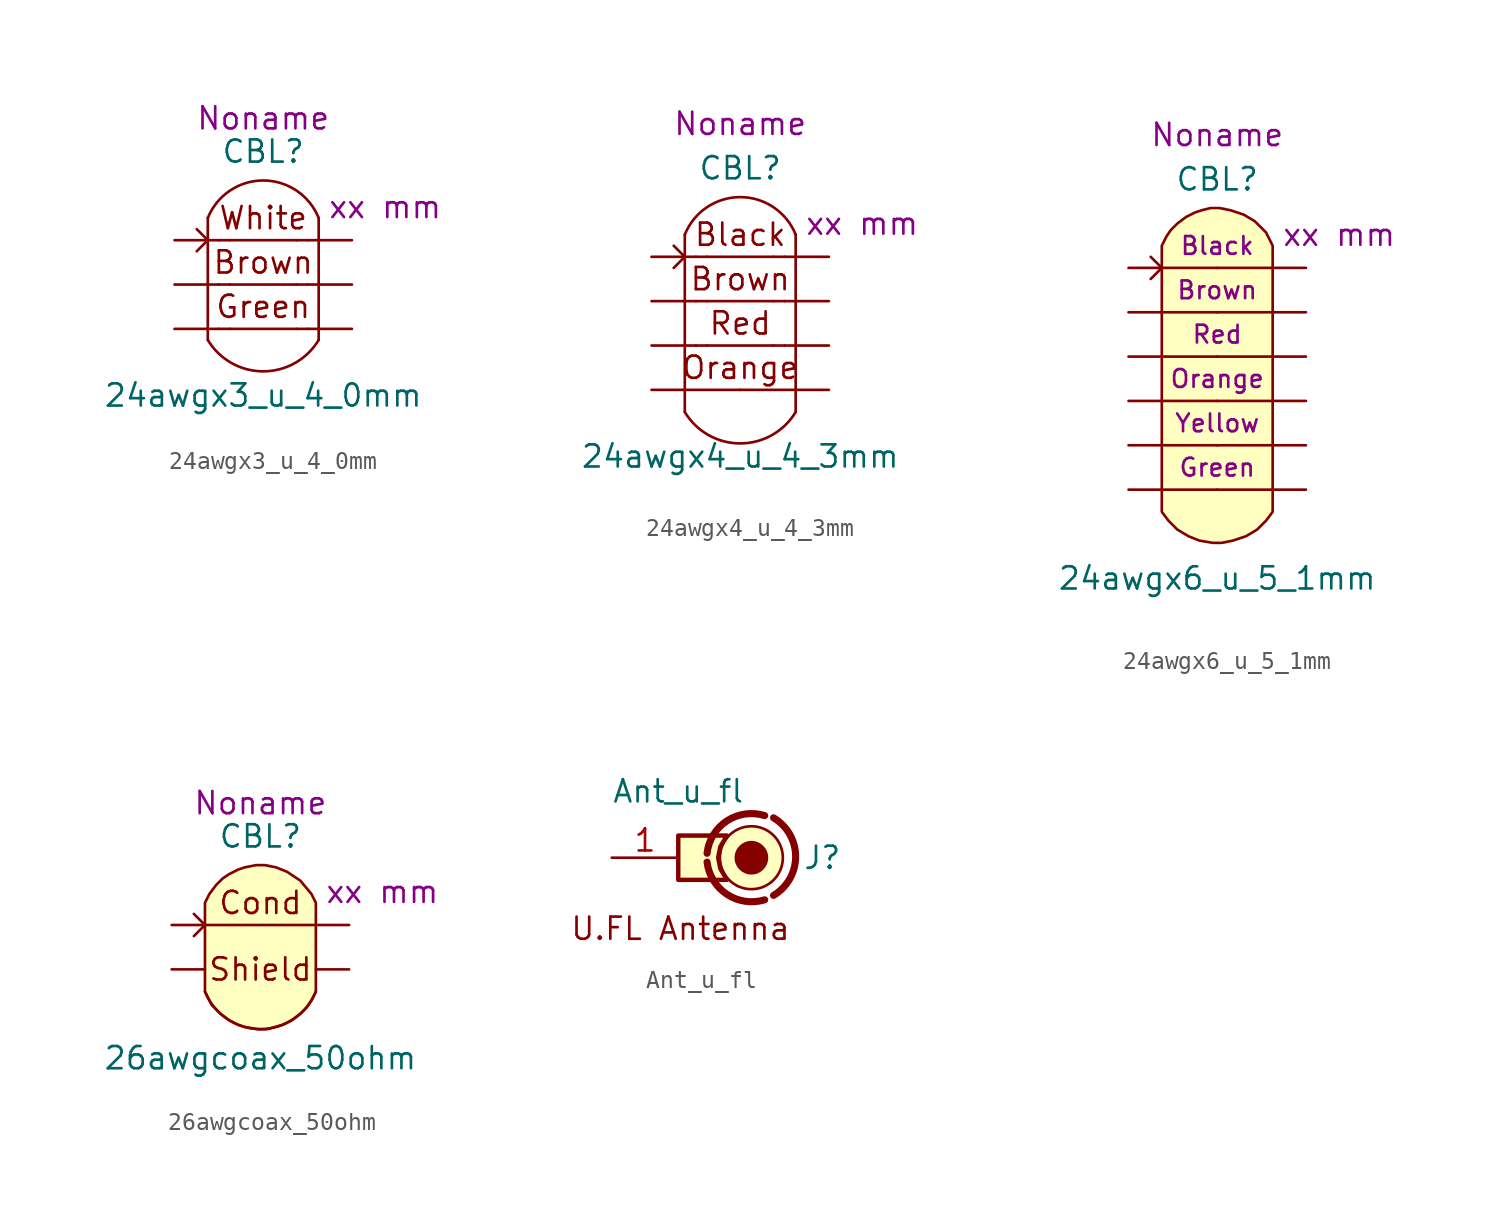
<source format=kicad_sym>
(kicad_symbol_lib
  (version 20211014)
  (generator kicad_symbol_editor)
  (symbol "24awgx3_u_4_0mm"
    (pin_numbers hide)
    (pin_names hide)
    (property "Reference" "CBL"
      (at 0 7.62 0)
      (effects (font (size 1.27 1.27))))
    (property "Value" "24awgx3_u_4_0mm"
      (at 0 -6.35 0)
      (effects (font (size 1.27 1.27))))
    (property "Length" "xx mm"
      (at 6.985 4.445 0)
      (effects (font (size 1.27 1.27))))
    (property "Harness_name" "Noname"
      (at 0 9.525 0)
      (effects (font (size 1.27 1.27))))
    (symbol "24awgx3_u_4_0mm_0_0"
      (arc (start -3.175 -3.175) (mid 0 -4.9727) (end 3.175 -3.175) (stroke (width 0) (type default) (color 0 0 0 0)) (fill (type none)))
      (polyline (pts (xy -3.175 3.81) (xy -3.175 -3.175)) (stroke (width 0) (type default) (color 0 0 0 0)) (fill (type none)))
      (polyline (pts (xy -1.905 -2.54) (xy 1.905 -2.54)) (stroke (width 0) (type default) (color 0 0 0 0)) (fill (type none)))
      (polyline (pts (xy -1.905 0) (xy 1.905 0)) (stroke (width 0) (type default) (color 0 0 0 0)) (fill (type none)))
      (polyline (pts (xy -1.905 2.54) (xy 1.905 2.54)) (stroke (width 0) (type default) (color 0 0 0 0)) (fill (type none)))
      (polyline (pts (xy 3.175 3.81) (xy 3.175 -3.175)) (stroke (width 0) (type default) (color 0 0 0 0)) (fill (type none)))
      (arc (start 3.175 3.81) (mid 0 5.9596) (end -3.175 3.81) (stroke (width 0) (type default) (color 0 0 0 0)) (fill (type none)))
      (text "Brown" (at 0 1.27 0) (effects (font (size 1.27 1.27))))
      (text "Green" (at 0 -1.27 0) (effects (font (size 1.27 1.27))))
      (text "White" (at 0 3.81 0) (effects (font (size 1.27 1.27)))))
    (symbol "24awgx3_u_4_0mm_0_1"
      (polyline (pts (xy -1.905 -2.54) (xy -2.54 -2.54)) (stroke (width 0) (type default) (color 0 0 0 0)) (fill (type none)))
      (polyline (pts (xy -1.905 0) (xy -2.54 0)) (stroke (width 0) (type default) (color 0 0 0 0)) (fill (type none)))
      (polyline (pts (xy -1.905 2.54) (xy -2.54 2.54)) (stroke (width 0) (type default) (color 0 0 0 0)) (fill (type none)))
      (polyline (pts (xy 2.54 -2.54) (xy 1.905 -2.54)) (stroke (width 0) (type default) (color 0 0 0 0)) (fill (type none)))
      (polyline (pts (xy 2.54 0) (xy 1.905 0)) (stroke (width 0) (type default) (color 0 0 0 0)) (fill (type none)))
      (polyline (pts (xy 2.54 2.54) (xy 1.905 2.54)) (stroke (width 0) (type default) (color 0 0 0 0)) (fill (type none)))
      (polyline (pts (xy -3.81 3.175) (xy -3.175 2.54) (xy -3.81 1.905)) (stroke (width 0) (type default) (color 0 0 0 0)) (fill (type none))))
    (symbol "24awgx3_u_4_0mm_1_1"
      (pin passive line (at -5.08 2.54 0) (length 2.54) (name "C1.1" (effects (font (size 1.27 1.27)))) (number "1" (effects (font (size 1.27 1.27)))))
      (pin passive line (at 5.08 2.54 180) (length 2.54) (name "C1.2" (effects (font (size 1.27 1.27)))) (number "2" (effects (font (size 1.27 1.27)))))
      (pin passive line (at -5.08 0 0) (length 2.54) (name "C2.1" (effects (font (size 1.27 1.27)))) (number "3" (effects (font (size 1.27 1.27)))))
      (pin passive line (at 5.08 0 180) (length 2.54) (name "C2.2" (effects (font (size 1.27 1.27)))) (number "4" (effects (font (size 1.27 1.27)))))
      (pin passive line (at -5.08 -2.54 0) (length 2.54) (name "C3.1" (effects (font (size 1.27 1.27)))) (number "5" (effects (font (size 1.27 1.27)))))
      (pin passive line (at 5.08 -2.54 180) (length 2.54) (name "C3.2" (effects (font (size 1.27 1.27)))) (number "6" (effects (font (size 1.27 1.27)))))))
  (symbol "24awgx4_u_4_3mm"
    (pin_numbers hide)
    (pin_names hide)
    (property "Reference" "CBL"
      (at 0 8.89 0)
      (effects (font (size 1.27 1.27))))
    (property "Value" "24awgx4_u_4_3mm"
      (at 0 -7.62 0)
      (effects (font (size 1.27 1.27))))
    (property "Length" "xx mm"
      (at 6.985 5.715 0)
      (effects (font (size 1.27 1.27))))
    (property "Harness_name" "Noname"
      (at 0 11.43 0)
      (effects (font (size 1.27 1.27))))
    (symbol "24awgx4_u_4_3mm_0_0"
      (arc (start -3.175 -5.08) (mid 0 -6.8777) (end 3.175 -5.08) (stroke (width 0) (type default) (color 0 0 0 0)) (fill (type none)))
      (polyline (pts (xy -3.175 5.08) (xy -3.175 -5.08)) (stroke (width 0) (type default) (color 0 0 0 0)) (fill (type none)))
      (polyline (pts (xy -1.905 -1.27) (xy 1.905 -1.27)) (stroke (width 0) (type default) (color 0 0 0 0)) (fill (type none)))
      (polyline (pts (xy -1.905 1.27) (xy 1.905 1.27)) (stroke (width 0) (type default) (color 0 0 0 0)) (fill (type none)))
      (polyline (pts (xy -1.905 3.81) (xy 1.905 3.81)) (stroke (width 0) (type default) (color 0 0 0 0)) (fill (type none)))
      (polyline (pts (xy 3.175 5.08) (xy 3.175 -5.08)) (stroke (width 0) (type default) (color 0 0 0 0)) (fill (type none)))
      (arc (start 3.175 5.08) (mid 0 7.2296) (end -3.175 5.08) (stroke (width 0) (type default) (color 0 0 0 0)) (fill (type none)))
      (text "Black" (at 0 5.08 0) (effects (font (size 1.27 1.27))))
      (text "Brown" (at 0 2.54 0) (effects (font (size 1.27 1.27))))
      (text "Orange" (at 0 -2.54 0) (effects (font (size 1.27 1.27))))
      (text "Red" (at 0 0 0) (effects (font (size 1.27 1.27))))
      (pin passive line (at -5.08 -3.81 0) (length 5.08) (name "C4.1" (effects (font (size 1.27 1.27)))) (number "7" (effects (font (size 1.27 1.27)))))
      (pin passive line (at 5.08 -3.81 180) (length 5.08) (name "C4.2" (effects (font (size 1.27 1.27)))) (number "8" (effects (font (size 1.27 1.27))))))
    (symbol "24awgx4_u_4_3mm_0_1"
      (polyline (pts (xy -1.905 -1.27) (xy -2.54 -1.27)) (stroke (width 0) (type default) (color 0 0 0 0)) (fill (type none)))
      (polyline (pts (xy -1.905 1.27) (xy -2.54 1.27)) (stroke (width 0) (type default) (color 0 0 0 0)) (fill (type none)))
      (polyline (pts (xy -1.905 3.81) (xy -2.54 3.81)) (stroke (width 0) (type default) (color 0 0 0 0)) (fill (type none)))
      (polyline (pts (xy 2.54 -1.27) (xy 1.905 -1.27)) (stroke (width 0) (type default) (color 0 0 0 0)) (fill (type none)))
      (polyline (pts (xy 2.54 1.27) (xy 1.905 1.27)) (stroke (width 0) (type default) (color 0 0 0 0)) (fill (type none)))
      (polyline (pts (xy 2.54 3.81) (xy 1.905 3.81)) (stroke (width 0) (type default) (color 0 0 0 0)) (fill (type none)))
      (polyline (pts (xy -3.81 4.445) (xy -3.175 3.81) (xy -3.81 3.175)) (stroke (width 0) (type default) (color 0 0 0 0)) (fill (type none))))
    (symbol "24awgx4_u_4_3mm_1_1"
      (pin passive line (at -5.08 3.81 0) (length 2.54) (name "C1.1" (effects (font (size 1.27 1.27)))) (number "1" (effects (font (size 1.27 1.27)))))
      (pin passive line (at 5.08 3.81 180) (length 2.54) (name "C1.2" (effects (font (size 1.27 1.27)))) (number "2" (effects (font (size 1.27 1.27)))))
      (pin passive line (at -5.08 1.27 0) (length 2.54) (name "C2.1" (effects (font (size 1.27 1.27)))) (number "3" (effects (font (size 1.27 1.27)))))
      (pin passive line (at 5.08 1.27 180) (length 2.54) (name "C2.2" (effects (font (size 1.27 1.27)))) (number "4" (effects (font (size 1.27 1.27)))))
      (pin passive line (at -5.08 -1.27 0) (length 2.54) (name "C3.1" (effects (font (size 1.27 1.27)))) (number "5" (effects (font (size 1.27 1.27)))))
      (pin passive line (at 5.08 -1.27 180) (length 2.54) (name "C3.2" (effects (font (size 1.27 1.27)))) (number "6" (effects (font (size 1.27 1.27)))))))
  (symbol "24awgx6_u_5_1mm"
    (pin_numbers hide)
    (pin_names hide)
    (property "Reference" "CBL"
      (at 0 11.43 0)
      (effects (font (size 1.27 1.27))))
    (property "Value" "24awgx6_u_5_1mm"
      (at 0 -11.43 0)
      (effects (font (size 1.27 1.27))))
    (property "color1" "Black"
      (at 0 7.62 0)
      (effects (font (size 1.016 1.016))))
    (property "color2" "Brown"
      (at 0 5.08 0)
      (effects (font (size 1.016 1.016))))
    (property "color3" "Red"
      (at 0 2.54 0)
      (effects (font (size 1.016 1.016))))
    (property "color4" "Orange"
      (at 0 0 0)
      (effects (font (size 1.016 1.016))))
    (property "color5" "Yellow"
      (at 0 -2.54 0)
      (effects (font (size 1.016 1.016))))
    (property "color6" "Green"
      (at 0 -5.08 0)
      (effects (font (size 1.016 1.016))))
    (property "Length" "xx mm"
      (at 6.985 8.255 0)
      (effects (font (size 1.27 1.27))))
    (property "Harness_name" "Noname"
      (at 0 13.97 0)
      (effects (font (size 1.27 1.27))))
    (symbol "24awgx6_u_5_1mm_0_0"
      (polyline (pts (xy 3.175 -7.62) (xy 3.175 7.62) (xy 2.794 8.382) (xy 2.159 9.017) (xy 1.524 9.398) (xy 0.762 9.652) (xy 0.127 9.779) (xy -0.127 9.779) (xy -0.381 9.779) (xy -0.889 9.652) (xy -1.27 9.525) (xy -1.778 9.271) (xy -2.286 8.89) (xy -2.667 8.509) (xy -2.921 8.128) (xy -3.175 7.62) (xy -3.175 -7.62) (xy -2.794 -8.128) (xy -2.286 -8.636) (xy -1.651 -9.017) (xy -1.016 -9.271) (xy -0.254 -9.398) (xy 0.254 -9.398) (xy 0.889 -9.271) (xy 1.651 -9.017) (xy 2.286 -8.636) (xy 2.794 -8.128) (xy 3.175 -7.62)) (stroke (width 0.152) (type default) (color 0 0 0 0)) (fill (type background)))
      (pin passive line (at 5.08 -3.81 180) (length 5.08) (name "C5.2" (effects (font (size 1.27 1.27)))) (number "10" (effects (font (size 1.27 1.27)))))
      (pin passive line (at -5.08 -6.35 0) (length 5.08) (name "C6.1" (effects (font (size 1.27 1.27)))) (number "11" (effects (font (size 1.27 1.27)))))
      (pin passive line (at 5.08 -6.35 180) (length 5.08) (name "C6.2" (effects (font (size 1.27 1.27)))) (number "12" (effects (font (size 1.27 1.27)))))
      (pin passive line (at 5.08 6.35 180) (length 5.08) (name "C1.2" (effects (font (size 1.27 1.27)))) (number "2" (effects (font (size 1.27 1.27)))))
      (pin passive line (at 5.08 3.81 180) (length 5.08) (name "C2.2" (effects (font (size 1.27 1.27)))) (number "4" (effects (font (size 1.27 1.27)))))
      (pin passive line (at 5.08 1.27 180) (length 5.08) (name "C3.2" (effects (font (size 1.27 1.27)))) (number "6" (effects (font (size 1.27 1.27)))))
      (pin passive line (at -5.08 -1.27 0) (length 5.08) (name "C4.1" (effects (font (size 1.27 1.27)))) (number "7" (effects (font (size 1.27 1.27)))))
      (pin passive line (at 5.08 -1.27 180) (length 5.08) (name "C4.2" (effects (font (size 1.27 1.27)))) (number "8" (effects (font (size 1.27 1.27)))))
      (pin passive line (at -5.08 -3.81 0) (length 5.08) (name "C5.1" (effects (font (size 1.27 1.27)))) (number "9" (effects (font (size 1.27 1.27))))))
    (symbol "24awgx6_u_5_1mm_0_1"
      (polyline (pts (xy -3.81 6.985) (xy -3.175 6.35) (xy -3.81 5.715)) (stroke (width 0) (type default) (color 0 0 0 0)) (fill (type none))))
    (symbol "24awgx6_u_5_1mm_1_1"
      (pin passive line (at -5.08 6.35 0) (length 5.08) (name "C1.1" (effects (font (size 1.27 1.27)))) (number "1" (effects (font (size 1.27 1.27)))))
      (pin passive line (at -5.08 3.81 0) (length 5.08) (name "C2.1" (effects (font (size 1.27 1.27)))) (number "3" (effects (font (size 1.27 1.27)))))
      (pin passive line (at -5.08 1.27 0) (length 5.08) (name "C3.1" (effects (font (size 1.27 1.27)))) (number "5" (effects (font (size 1.27 1.27)))))))
  (symbol "26awgcoax_50ohm"
    (pin_numbers hide)
    (pin_names hide)
    (property "Reference" "CBL"
      (at 0 8.89 0)
      (effects (font (size 1.27 1.27))))
    (property "Value" "26awgcoax_50ohm"
      (at 0 -3.81 0)
      (effects (font (size 1.27 1.27))))
    (property "Length" "xx mm"
      (at 6.985 5.715 0)
      (effects (font (size 1.27 1.27))))
    (property "Harness_name" "Noname"
      (at 0 10.795 0)
      (effects (font (size 1.27 1.27))))
    (symbol "26awgcoax_50ohm_0_0"
      (polyline (pts (xy -3.175 3.81) (xy 3.175 3.81)) (stroke (width 0) (type default) (color 0 0 0 0)) (fill (type none)))
      (polyline (pts (xy 3.175 0) (xy 3.175 5.08) (xy 2.921 5.588) (xy 2.286 6.35) (xy 1.524 6.858) (xy 0.889 7.112) (xy 0.254 7.239) (xy -0.254 7.239) (xy -0.889 7.112) (xy -1.27 6.985) (xy -1.778 6.731) (xy -2.159 6.477) (xy -2.54 6.096) (xy -2.921 5.588) (xy -3.175 5.08) (xy -3.175 0) (xy -2.794 -0.762) (xy -2.286 -1.27) (xy -1.778 -1.651) (xy -1.27 -1.905) (xy -0.889 -2.032) (xy -0.127 -2.159) (xy 0.381 -2.159) (xy 1.27 -1.905) (xy 1.778 -1.651) (xy 2.286 -1.27) (xy 2.667 -0.889) (xy 2.921 -0.508) (xy 3.175 0)) (stroke (width 0) (type default) (color 0 0 0 0)) (fill (type background)))
      (text "Cond" (at 0 5.08 0) (effects (font (size 1.27 1.27)))))
    (symbol "26awgcoax_50ohm_0_1"
      (polyline (pts (xy -3.81 4.445) (xy -3.175 3.81) (xy -3.81 3.175)) (stroke (width 0) (type default) (color 0 0 0 0)) (fill (type none))))
    (symbol "26awgcoax_50ohm_1_1"
      (arc (start -3.175 0) (mid 0 -2.1496) (end 3.175 0) (stroke (width 0) (type default) (color 0 0 0 0)) (fill (type none)))
      (text "Shield" (at 0 1.27 0) (effects (font (size 1.27 1.27))))
      (pin passive line (at -5.08 3.81 0) (length 1.905) (name "C1.1" (effects (font (size 1.27 1.27)))) (number "1" (effects (font (size 1.27 1.27)))))
      (pin passive line (at 5.08 3.81 180) (length 1.905) (name "C1.2" (effects (font (size 1.27 1.27)))) (number "2" (effects (font (size 1.27 1.27)))))
      (pin passive line (at -5.08 1.27 0) (length 1.905) (name "C2.1" (effects (font (size 1.27 1.27)))) (number "3" (effects (font (size 1.27 1.27)))))
      (pin passive line (at 5.08 1.27 180) (length 1.905) (name "C2.2" (effects (font (size 1.27 1.27)))) (number "4" (effects (font (size 1.27 1.27)))))))
  (symbol "Ant_u_fl"
    (pin_names
      (offset 1.016) hide)
    (property "Reference" "J"
      (at 8.255 0 0)
      (effects (font (size 1.27 1.27))))
    (property "Value" "Ant_u_fl"
      (at 0 3.81 0)
      (effects (font (size 1.27 1.27))))
    (symbol "Ant_u_fl_0_0"
      (arc (start 1.651 -0.254) (mid 2.7985 -2.1035) (end 4.953 -2.413) (stroke (width 0.4064) (type default) (color 0 0 0 0)) (fill (type none)))
      (circle (center 4.191 0) (radius 0.889) (stroke (width 0) (type default) (color 0 0 0 0)) (fill (type outline)))
      (circle (center 4.191 0) (radius 1.803) (stroke (width 0) (type default) (color 0 0 0 0)) (fill (type background)))
      (arc (start 4.953 2.413) (mid 2.7926 2.1126) (end 1.651 0.254) (stroke (width 0.4064) (type default) (color 0 0 0 0)) (fill (type none)))
      (arc (start 5.461 -2.159) (mid 6.7271 0.0635) (end 5.461 2.286) (stroke (width 0.4064) (type default) (color 0 0 0 0)) (fill (type none)))
      (text "U.FL Antenna" (at 0.127 -4.064 0) (effects (font (size 1.27 1.27)))))
    (symbol "Ant_u_fl_0_1"
      (polyline (pts (xy 2.794 1.27) (xy 2.413 0.635) (xy 2.286 0) (xy 2.413 -0.635) (xy 2.794 -1.27) (xy 0 -1.27) (xy 0 0) (xy 0 1.27) (xy 2.794 1.27)) (stroke (width 0.254) (type default) (color 0 0 0 0)) (fill (type background))))
    (symbol "Ant_u_fl_1_1"
      (pin passive line (at -3.81 0 0) (length 3.81) (name "Pin_1" (effects (font (size 1.27 1.27)))) (number "1" (effects (font (size 1.27 1.27))))))))
</source>
